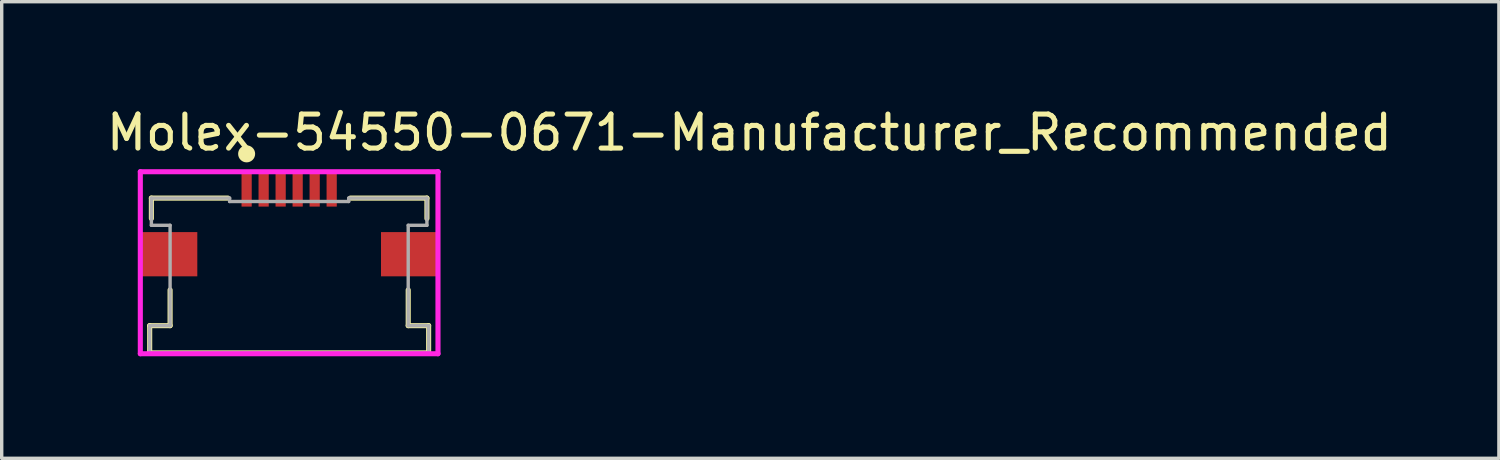
<source format=kicad_pcb>
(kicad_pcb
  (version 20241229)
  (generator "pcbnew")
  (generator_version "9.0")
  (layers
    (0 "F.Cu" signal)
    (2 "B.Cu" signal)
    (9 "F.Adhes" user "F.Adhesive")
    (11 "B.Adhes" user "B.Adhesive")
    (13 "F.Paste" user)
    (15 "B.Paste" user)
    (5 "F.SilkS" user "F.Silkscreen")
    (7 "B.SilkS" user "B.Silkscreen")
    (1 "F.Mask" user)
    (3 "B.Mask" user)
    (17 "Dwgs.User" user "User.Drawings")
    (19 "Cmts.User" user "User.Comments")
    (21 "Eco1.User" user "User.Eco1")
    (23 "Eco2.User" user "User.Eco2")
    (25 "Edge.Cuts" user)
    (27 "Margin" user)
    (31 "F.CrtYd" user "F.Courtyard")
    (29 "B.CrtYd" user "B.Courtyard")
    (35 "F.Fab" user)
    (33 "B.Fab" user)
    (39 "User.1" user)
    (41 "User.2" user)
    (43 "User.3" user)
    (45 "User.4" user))
  (footprint "Molex-54550-0671-Manufacturer_Recommended"
    (layer "F.Cu")
    (at 5.45 3.473)
    (property "Reference" "Molex-54550-0671-Manufacturer_Recommended" (at -5.45 -2.625 0) (layer "F.SilkS") (effects (font (size 1 1) (thickness 0.15)) (justify left)))
    (attr through_hole)
    (fp_line (start -4.1 3.05) (end -3.5 3.05) (stroke (width 0.15) (type solid)) (layer "F.SilkS"))
    (fp_line (start -4.1 3.85) (end 4.1 3.85) (stroke (width 0.15) (type solid)) (layer "F.SilkS"))
    (fp_line (start -4.1 3.85) (end -4.1 3.05) (stroke (width 0.15) (type solid)) (layer "F.SilkS"))
    (fp_line (start -4.05 -0.7) (end -1.8 -0.7) (stroke (width 0.15) (type solid)) (layer "F.SilkS"))
    (fp_line (start -4.05 -0.1) (end -4.05 -0.7) (stroke (width 0.15) (type solid)) (layer "F.SilkS"))
    (fp_line (start -3.5 3.05) (end -3.5 2) (stroke (width 0.15) (type solid)) (layer "F.SilkS"))
    (fp_line (start 1.8 -0.7) (end 4.05 -0.7) (stroke (width 0.15) (type solid)) (layer "F.SilkS"))
    (fp_line (start 3.5 3.05) (end 3.5 2) (stroke (width 0.15) (type solid)) (layer "F.SilkS"))
    (fp_line (start 3.5 3.05) (end 4.1 3.05) (stroke (width 0.15) (type solid)) (layer "F.SilkS"))
    (fp_line (start 4.05 -0.1) (end 4.05 -0.7) (stroke (width 0.15) (type solid)) (layer "F.SilkS"))
    (fp_line (start 4.1 3.85) (end 4.1 3.05) (stroke (width 0.15) (type solid)) (layer "F.SilkS"))
    (fp_circle (center -1.25 -2) (end -1.125 -2) (stroke (width 0.25) (type solid)) (fill no) (layer "F.SilkS"))
    (fp_line (start -4.375 -1.475) (end -4.375 3.875) (stroke (width 0.15) (type solid)) (layer "F.CrtYd"))
    (fp_line (start -4.375 3.875) (end 4.375 3.875) (stroke (width 0.15) (type solid)) (layer "F.CrtYd"))
    (fp_line (start 4.375 -1.475) (end -4.375 -1.475) (stroke (width 0.15) (type solid)) (layer "F.CrtYd"))
    (fp_line (start 4.375 -1.475) (end 4.375 -1.475) (stroke (width 0.15) (type solid)) (layer "F.CrtYd"))
    (fp_line (start 4.375 3.875) (end 4.375 -1.475) (stroke (width 0.15) (type solid)) (layer "F.CrtYd"))
    (fp_line (start -4.1 3.05) (end -3.5 3.05) (stroke (width 0.1) (type solid)) (layer "F.Fab"))
    (fp_line (start -4.1 3.85) (end 4.1 3.85) (stroke (width 0.1) (type solid)) (layer "F.Fab"))
    (fp_line (start -4.1 3.85) (end -4.1 3.05) (stroke (width 0.1) (type solid)) (layer "F.Fab"))
    (fp_line (start -4.05 -0.7) (end -1.75 -0.7) (stroke (width 0.1) (type solid)) (layer "F.Fab"))
    (fp_line (start -4.05 0.1) (end -4.05 -0.7) (stroke (width 0.1) (type solid)) (layer "F.Fab"))
    (fp_line (start -4.05 0.1) (end -3.5 0.1) (stroke (width 0.1) (type solid)) (layer "F.Fab"))
    (fp_line (start -3.5 3.05) (end -3.5 0.1) (stroke (width 0.1) (type solid)) (layer "F.Fab"))
    (fp_line (start -1.75 -0.6) (end -1.75 -0.7) (stroke (width 0.1) (type solid)) (layer "F.Fab"))
    (fp_line (start -1.75 -0.6) (end 1.75 -0.6) (stroke (width 0.1) (type solid)) (layer "F.Fab"))
    (fp_line (start 1.75 -0.7) (end 4.05 -0.7) (stroke (width 0.1) (type solid)) (layer "F.Fab"))
    (fp_line (start 1.75 -0.6) (end 1.75 -0.7) (stroke (width 0.1) (type solid)) (layer "F.Fab"))
    (fp_line (start 3.5 0.1) (end 4.05 0.1) (stroke (width 0.1) (type solid)) (layer "F.Fab"))
    (fp_line (start 3.5 3.05) (end 3.5 0.1) (stroke (width 0.1) (type solid)) (layer "F.Fab"))
    (fp_line (start 3.5 3.05) (end 4.1 3.05) (stroke (width 0.1) (type solid)) (layer "F.Fab"))
    (fp_line (start 4.05 0.1) (end 4.05 -0.7) (stroke (width 0.1) (type solid)) (layer "F.Fab"))
    (fp_line (start 4.1 3.85) (end 4.1 3.05) (stroke (width 0.1) (type solid)) (layer "F.Fab"))
    (pad "1" smd rect (at -1.25 -0.95) (size 0.3 1) (layers "F.Cu" "F.Mask" "F.Paste"))
    (pad "2" smd rect (at -0.75 -0.95) (size 0.3 1) (layers "F.Cu" "F.Mask" "F.Paste"))
    (pad "3" smd rect (at -0.25 -0.95) (size 0.3 1) (layers "F.Cu" "F.Mask" "F.Paste"))
    (pad "4" smd rect (at 0.25 -0.95) (size 0.3 1) (layers "F.Cu" "F.Mask" "F.Paste"))
    (pad "5" smd rect (at 0.75 -0.95) (size 0.3 1) (layers "F.Cu" "F.Mask" "F.Paste"))
    (pad "6" smd rect (at 1.25 -0.95) (size 0.3 1) (layers "F.Cu" "F.Mask" "F.Paste"))
    (pad "MP1" smd rect (at -3.525 0.95) (size 1.65 1.3) (layers "F.Cu" "F.Mask" "F.Paste"))
    (pad "MP2" smd rect (at 3.525 0.95) (size 1.65 1.3) (layers "F.Cu" "F.Mask" "F.Paste")))
  (gr_rect
    (start -3 -3)
    (end 41.012 10.423)
    (stroke (width 0.1) (type default))
    (fill no)
    (layer "Edge.Cuts")))
</source>
